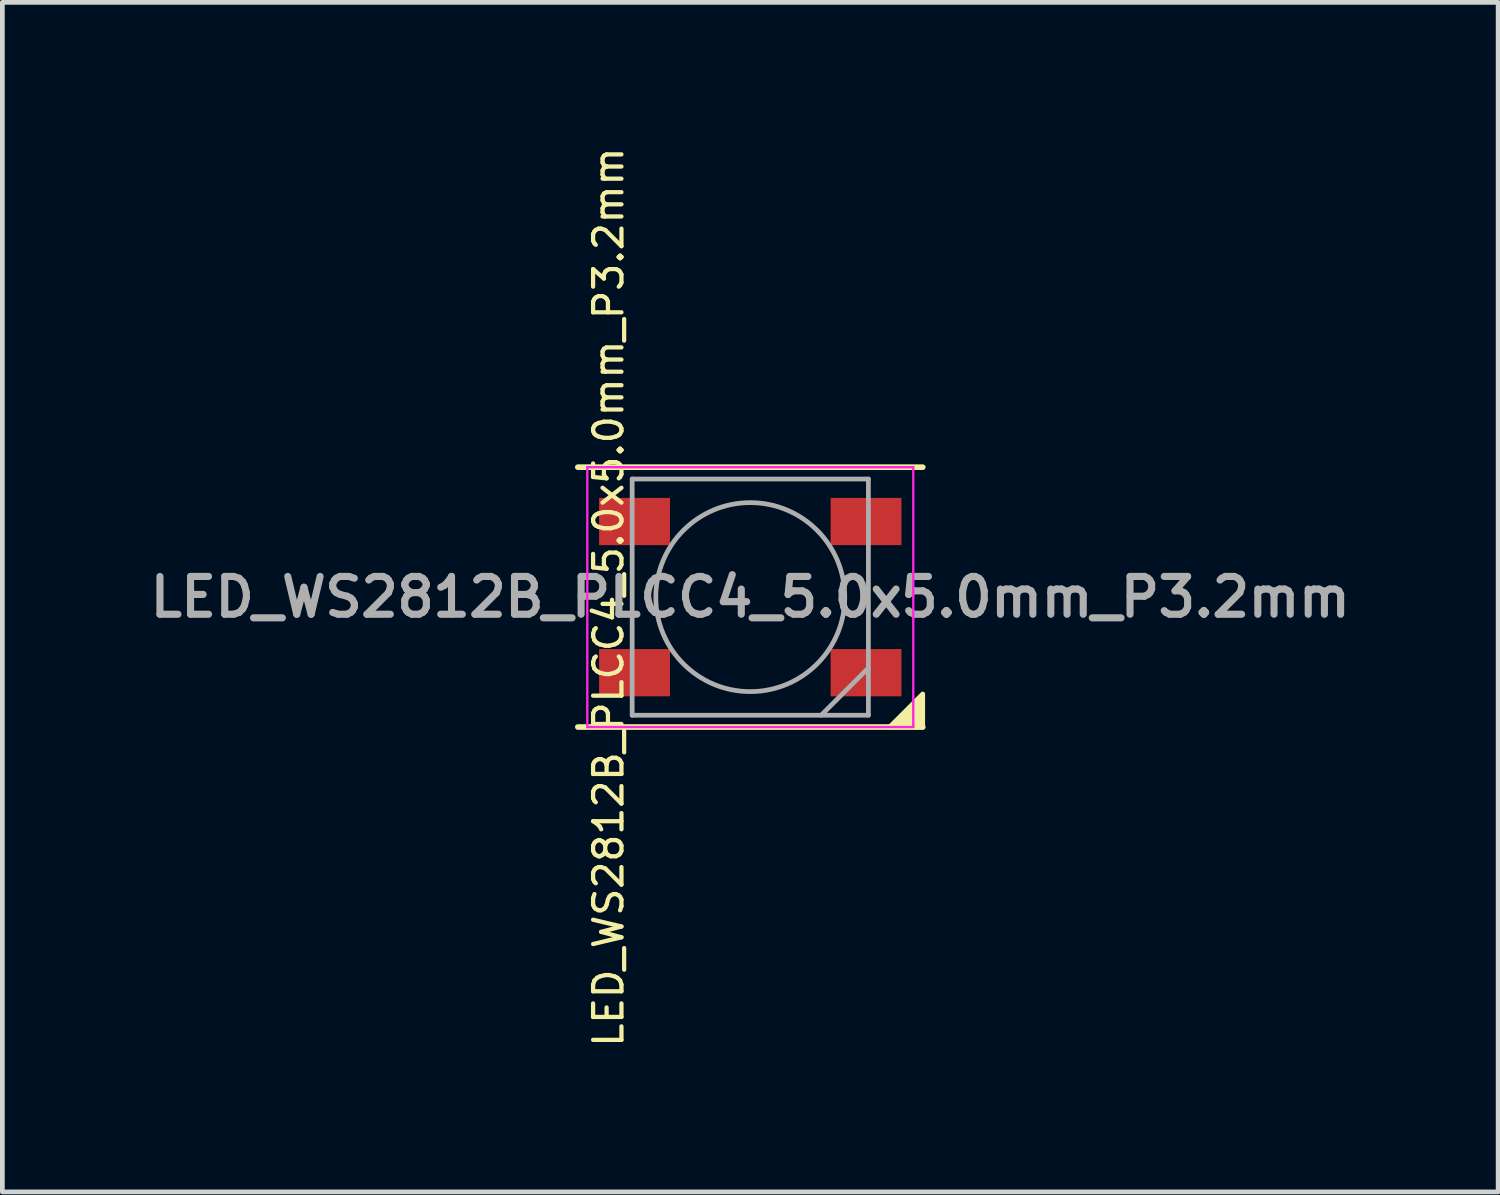
<source format=kicad_pcb>
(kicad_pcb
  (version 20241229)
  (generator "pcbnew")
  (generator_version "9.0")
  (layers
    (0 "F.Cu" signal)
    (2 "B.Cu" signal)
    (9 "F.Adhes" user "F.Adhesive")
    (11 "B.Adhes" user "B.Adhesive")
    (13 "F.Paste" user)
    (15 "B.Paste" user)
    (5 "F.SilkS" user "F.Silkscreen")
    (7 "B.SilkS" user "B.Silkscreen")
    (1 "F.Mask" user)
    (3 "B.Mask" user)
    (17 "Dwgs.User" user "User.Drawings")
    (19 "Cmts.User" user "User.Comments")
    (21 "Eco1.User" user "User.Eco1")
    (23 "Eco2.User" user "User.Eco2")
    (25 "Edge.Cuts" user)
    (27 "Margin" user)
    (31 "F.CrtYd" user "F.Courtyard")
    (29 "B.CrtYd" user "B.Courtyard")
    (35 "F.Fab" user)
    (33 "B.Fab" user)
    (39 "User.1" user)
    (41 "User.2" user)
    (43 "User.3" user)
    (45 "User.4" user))
  (footprint "LED_WS2812B_PLCC4_5.0x5.0mm_P3.2mm"
    (layer "F.Cu")
    (at 12.831 9.589)
    (property "Reference" "LED_WS2812B_PLCC4_5.0x5.0mm_P3.2mm" (at -3 0 90) (layer "F.SilkS") (effects (font (size 0.6 0.6) (thickness 0.09))))
    (attr smd)
    (fp_line (start -3.65 -2.75) (end 3.65 -2.75) (stroke (width 0.12) (type solid)) (layer "F.SilkS"))
    (fp_line (start -3.65 2.75) (end 3.65 2.75) (stroke (width 0.12) (type solid)) (layer "F.SilkS"))
    (fp_poly (pts (xy 3.65 2.75) (xy 2.95 2.75) (xy 3.65 2.05)) (stroke (width 0.1) (type solid)) (fill yes) (layer "F.SilkS"))
    (fp_line (start -3.45 -2.75) (end -3.45 2.75) (stroke (width 0.05) (type solid)) (layer "F.CrtYd"))
    (fp_line (start -3.45 2.75) (end 3.45 2.75) (stroke (width 0.05) (type solid)) (layer "F.CrtYd"))
    (fp_line (start 3.45 -2.75) (end -3.45 -2.75) (stroke (width 0.05) (type solid)) (layer "F.CrtYd"))
    (fp_line (start 3.45 2.75) (end 3.45 -2.75) (stroke (width 0.05) (type solid)) (layer "F.CrtYd"))
    (fp_line (start -2.5 -2.5) (end -2.5 2.5) (stroke (width 0.1) (type solid)) (layer "F.Fab"))
    (fp_line (start -2.5 2.5) (end 2.5 2.5) (stroke (width 0.1) (type solid)) (layer "F.Fab"))
    (fp_line (start 2.5 -2.5) (end -2.5 -2.5) (stroke (width 0.1) (type solid)) (layer "F.Fab"))
    (fp_line (start 2.5 1.5) (end 1.5 2.5) (stroke (width 0.1) (type solid)) (layer "F.Fab"))
    (fp_line (start 2.5 2.5) (end 2.5 -2.5) (stroke (width 0.1) (type solid)) (layer "F.Fab"))
    (fp_circle (center 0 0) (end 0 -2) (stroke (width 0.1) (type solid)) (fill no) (layer "F.Fab"))
    (fp_text user "${REFERENCE}" (at 0 0 0) (layer "F.Fab") (effects (font (size 0.8 0.8) (thickness 0.15))))
    (pad "1" smd rect (at -2.45 -1.6) (size 1.5 1) (layers "F.Cu" "F.Mask" "F.Paste"))
    (pad "2" smd rect (at -2.45 1.6) (size 1.5 1) (layers "F.Cu" "F.Mask" "F.Paste"))
    (pad "3" smd rect (at 2.45 1.6) (size 1.5 1) (layers "F.Cu" "F.Mask" "F.Paste"))
    (pad "4" smd rect (at 2.45 -1.6) (size 1.5 1) (layers "F.Cu" "F.Mask" "F.Paste")))
  (gr_rect
    (start -3 -3)
    (end 28.661 22.179)
    (stroke (width 0.1) (type default))
    (fill no)
    (layer "Edge.Cuts")))
</source>
